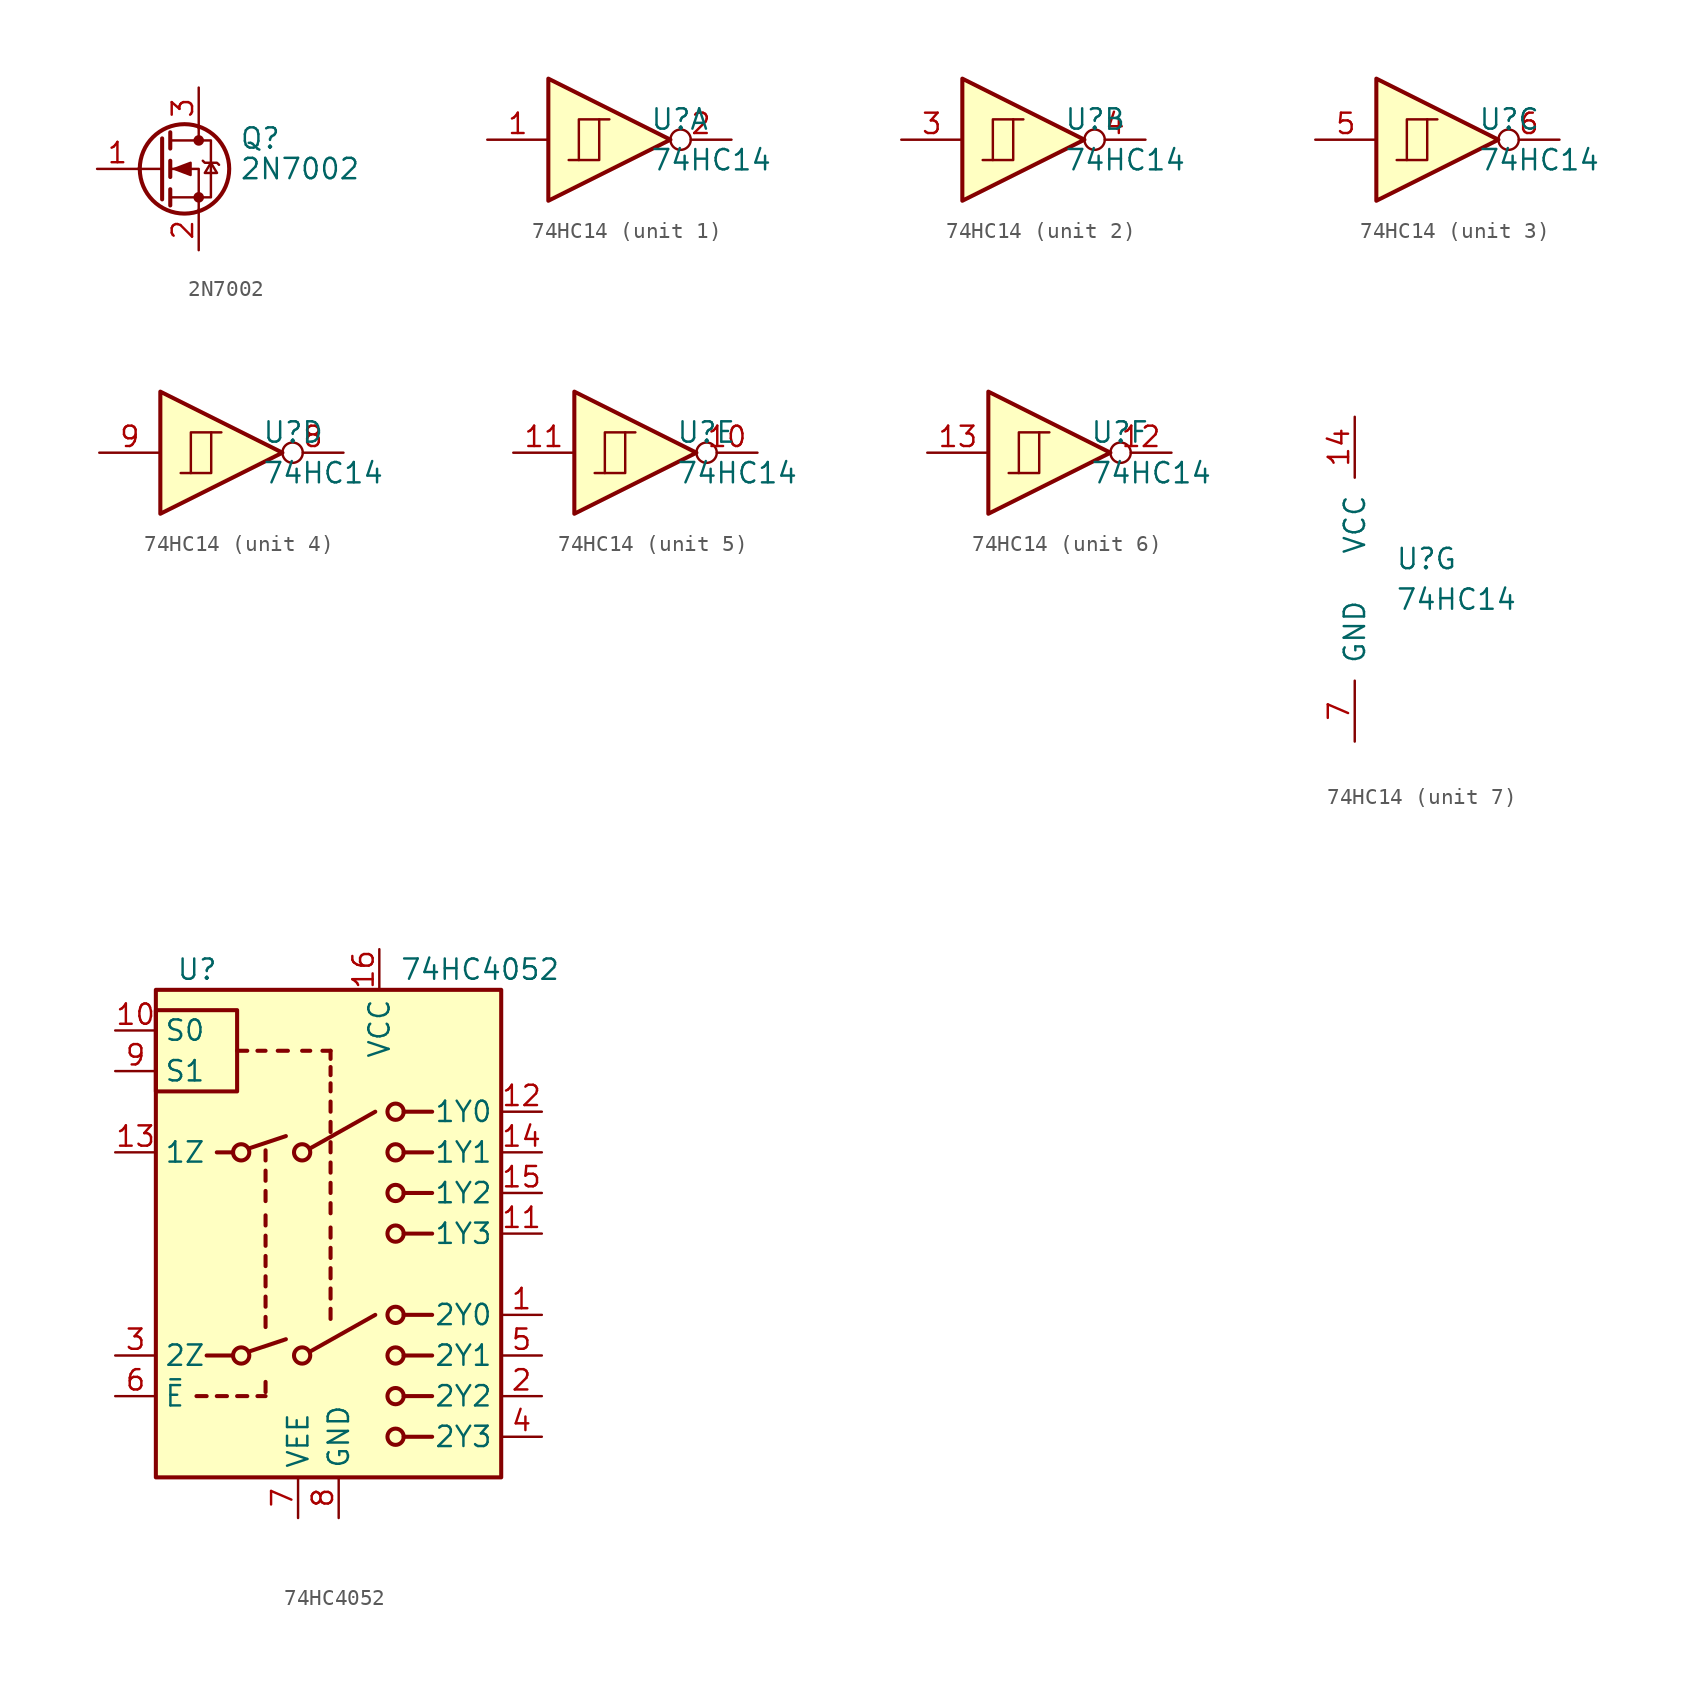
<source format=kicad_sym>
(kicad_symbol_lib
  (version 20220914)
  (generator kicad_symbol_editor)
  (symbol "2N7002"
    (pin_names hide)
    (property "Reference" "Q"
      (at 5.08 1.905 0)
      (effects (font (size 1.27 1.27)) (justify left)))
    (property "Value" "2N7002"
      (at 5.08 0 0)
      (effects (font (size 1.27 1.27)) (justify left)))
    (symbol "2N7002_0_1"
      (polyline (pts (xy 0.254 0) (xy -1.27 0)) (stroke (width 0) (type default)) (fill (type none)))
      (polyline (pts (xy 0.254 1.905) (xy 0.254 -1.905)) (stroke (width 0.254) (type default)) (fill (type none)))
      (polyline (pts (xy 0.762 -1.27) (xy 0.762 -2.286)) (stroke (width 0.254) (type default)) (fill (type none)))
      (polyline (pts (xy 0.762 0.508) (xy 0.762 -0.508)) (stroke (width 0.254) (type default)) (fill (type none)))
      (polyline (pts (xy 0.762 2.286) (xy 0.762 1.27)) (stroke (width 0.254) (type default)) (fill (type none)))
      (polyline (pts (xy 2.54 2.54) (xy 2.54 1.778)) (stroke (width 0) (type default)) (fill (type none)))
      (polyline (pts (xy 2.54 -2.54) (xy 2.54 0) (xy 0.762 0)) (stroke (width 0) (type default)) (fill (type none)))
      (polyline (pts (xy 0.762 -1.778) (xy 3.302 -1.778) (xy 3.302 1.778) (xy 0.762 1.778)) (stroke (width 0) (type default)) (fill (type none)))
      (polyline (pts (xy 1.016 0) (xy 2.032 0.381) (xy 2.032 -0.381) (xy 1.016 0)) (stroke (width 0) (type default)) (fill (type outline)))
      (polyline (pts (xy 2.794 0.508) (xy 2.921 0.381) (xy 3.683 0.381) (xy 3.81 0.254)) (stroke (width 0) (type default)) (fill (type none)))
      (polyline (pts (xy 3.302 0.381) (xy 2.921 -0.254) (xy 3.683 -0.254) (xy 3.302 0.381)) (stroke (width 0) (type default)) (fill (type none)))
      (circle (center 1.651 0) (radius 2.794) (stroke (width 0.254) (type default)) (fill (type none)))
      (circle (center 2.54 -1.778) (radius 0.254) (stroke (width 0) (type default)) (fill (type outline)))
      (circle (center 2.54 1.778) (radius 0.254) (stroke (width 0) (type default)) (fill (type outline))))
    (symbol "2N7002_1_1"
      (pin input line (at -3.81 0 0) (length 2.54) (name "G" (effects (font (size 1.27 1.27)))) (number "1" (effects (font (size 1.27 1.27)))))
      (pin passive line (at 2.54 -5.08 90) (length 2.54) (name "S" (effects (font (size 1.27 1.27)))) (number "2" (effects (font (size 1.27 1.27)))))
      (pin passive line (at 2.54 5.08 270) (length 2.54) (name "D" (effects (font (size 1.27 1.27)))) (number "3" (effects (font (size 1.27 1.27)))))))
  (symbol "74HC14"
    (pin_names
      (offset 1.016))
    (property "Reference" "U"
      (at 2.54 1.27 0)
      (effects (font (size 1.27 1.27)) (justify left)))
    (property "Value" "74HC14"
      (at 2.54 -1.27 0)
      (effects (font (size 1.27 1.27)) (justify left)))
    (property "ki_locked" ""
      (at 0 0 0)
      (effects (font (size 1.27 1.27))))
    (symbol "74HC14_1_0"
      (polyline (pts (xy -3.81 3.81) (xy -3.81 -3.81) (xy 3.81 0) (xy -3.81 3.81)) (stroke (width 0.254) (type default)) (fill (type background)))
      (pin input line (at -7.62 0 0) (length 3.81) (name "~" (effects (font (size 1.27 1.27)))) (number "1" (effects (font (size 1.27 1.27)))))
      (pin output inverted (at 7.62 0 180) (length 3.81) (name "~" (effects (font (size 1.27 1.27)))) (number "2" (effects (font (size 1.27 1.27))))))
    (symbol "74HC14_1_1"
      (polyline (pts (xy -1.905 -1.27) (xy -1.905 1.27) (xy -0.635 1.27)) (stroke (width 0) (type default)) (fill (type none)))
      (polyline (pts (xy -2.54 -1.27) (xy -0.635 -1.27) (xy -0.635 1.27) (xy 0 1.27)) (stroke (width 0) (type default)) (fill (type none))))
    (symbol "74HC14_2_0"
      (polyline (pts (xy -3.81 3.81) (xy -3.81 -3.81) (xy 3.81 0) (xy -3.81 3.81)) (stroke (width 0.254) (type default)) (fill (type background)))
      (pin input line (at -7.62 0 0) (length 3.81) (name "~" (effects (font (size 1.27 1.27)))) (number "3" (effects (font (size 1.27 1.27)))))
      (pin output inverted (at 7.62 0 180) (length 3.81) (name "~" (effects (font (size 1.27 1.27)))) (number "4" (effects (font (size 1.27 1.27))))))
    (symbol "74HC14_2_1"
      (polyline (pts (xy -1.905 -1.27) (xy -1.905 1.27) (xy -0.635 1.27)) (stroke (width 0) (type default)) (fill (type none)))
      (polyline (pts (xy -2.54 -1.27) (xy -0.635 -1.27) (xy -0.635 1.27) (xy 0 1.27)) (stroke (width 0) (type default)) (fill (type none))))
    (symbol "74HC14_3_0"
      (polyline (pts (xy -3.81 3.81) (xy -3.81 -3.81) (xy 3.81 0) (xy -3.81 3.81)) (stroke (width 0.254) (type default)) (fill (type background)))
      (pin input line (at -7.62 0 0) (length 3.81) (name "~" (effects (font (size 1.27 1.27)))) (number "5" (effects (font (size 1.27 1.27)))))
      (pin output inverted (at 7.62 0 180) (length 3.81) (name "~" (effects (font (size 1.27 1.27)))) (number "6" (effects (font (size 1.27 1.27))))))
    (symbol "74HC14_3_1"
      (polyline (pts (xy -1.905 -1.27) (xy -1.905 1.27) (xy -0.635 1.27)) (stroke (width 0) (type default)) (fill (type none)))
      (polyline (pts (xy -2.54 -1.27) (xy -0.635 -1.27) (xy -0.635 1.27) (xy 0 1.27)) (stroke (width 0) (type default)) (fill (type none))))
    (symbol "74HC14_4_0"
      (polyline (pts (xy -3.81 3.81) (xy -3.81 -3.81) (xy 3.81 0) (xy -3.81 3.81)) (stroke (width 0.254) (type default)) (fill (type background)))
      (pin output inverted (at 7.62 0 180) (length 3.81) (name "~" (effects (font (size 1.27 1.27)))) (number "8" (effects (font (size 1.27 1.27)))))
      (pin input line (at -7.62 0 0) (length 3.81) (name "~" (effects (font (size 1.27 1.27)))) (number "9" (effects (font (size 1.27 1.27))))))
    (symbol "74HC14_4_1"
      (polyline (pts (xy -1.905 -1.27) (xy -1.905 1.27) (xy -0.635 1.27)) (stroke (width 0) (type default)) (fill (type none)))
      (polyline (pts (xy -2.54 -1.27) (xy -0.635 -1.27) (xy -0.635 1.27) (xy 0 1.27)) (stroke (width 0) (type default)) (fill (type none))))
    (symbol "74HC14_5_0"
      (polyline (pts (xy -3.81 3.81) (xy -3.81 -3.81) (xy 3.81 0) (xy -3.81 3.81)) (stroke (width 0.254) (type default)) (fill (type background)))
      (pin output inverted (at 7.62 0 180) (length 3.81) (name "~" (effects (font (size 1.27 1.27)))) (number "10" (effects (font (size 1.27 1.27)))))
      (pin input line (at -7.62 0 0) (length 3.81) (name "~" (effects (font (size 1.27 1.27)))) (number "11" (effects (font (size 1.27 1.27))))))
    (symbol "74HC14_5_1"
      (polyline (pts (xy -1.905 -1.27) (xy -1.905 1.27) (xy -0.635 1.27)) (stroke (width 0) (type default)) (fill (type none)))
      (polyline (pts (xy -2.54 -1.27) (xy -0.635 -1.27) (xy -0.635 1.27) (xy 0 1.27)) (stroke (width 0) (type default)) (fill (type none))))
    (symbol "74HC14_6_0"
      (polyline (pts (xy -3.81 3.81) (xy -3.81 -3.81) (xy 3.81 0) (xy -3.81 3.81)) (stroke (width 0.254) (type default)) (fill (type background)))
      (pin output inverted (at 7.62 0 180) (length 3.81) (name "~" (effects (font (size 1.27 1.27)))) (number "12" (effects (font (size 1.27 1.27)))))
      (pin input line (at -7.62 0 0) (length 3.81) (name "~" (effects (font (size 1.27 1.27)))) (number "13" (effects (font (size 1.27 1.27))))))
    (symbol "74HC14_6_1"
      (polyline (pts (xy -1.905 -1.27) (xy -1.905 1.27) (xy -0.635 1.27)) (stroke (width 0) (type default)) (fill (type none)))
      (polyline (pts (xy -2.54 -1.27) (xy -0.635 -1.27) (xy -0.635 1.27) (xy 0 1.27)) (stroke (width 0) (type default)) (fill (type none))))
    (symbol "74HC14_7_1"
      (pin power_in line (at 0 10.16 270) (length 3.81) (name "VCC" (effects (font (size 1.27 1.27)))) (number "14" (effects (font (size 1.27 1.27)))))
      (pin power_in line (at 0 -10.16 90) (length 3.81) (name "GND" (effects (font (size 1.27 1.27)))) (number "7" (effects (font (size 1.27 1.27)))))))
  (symbol "74HC4052"
    (property "Reference" "U"
      (at -10.16 16.51 0)
      (effects (font (size 1.27 1.27)) (justify left)))
    (property "Value" "74HC4052"
      (at 3.81 16.51 0)
      (effects (font (size 1.27 1.27)) (justify left)))
    (symbol "74HC4052_0_1"
      (rectangle (start -11.43 13.97) (end -6.35 8.89) (stroke (width 0.254) (type default)) (fill (type none)))
      (rectangle (start -11.43 15.24) (end 10.16 -15.24) (stroke (width 0.254) (type default)) (fill (type background)))
      (circle (center -6.096 -7.62) (radius 0.508) (stroke (width 0.254) (type default)) (fill (type none)))
      (circle (center -6.096 5.08) (radius 0.508) (stroke (width 0.254) (type default)) (fill (type none)))
      (circle (center -2.286 -7.62) (radius 0.508) (stroke (width 0.254) (type default)) (fill (type none)))
      (circle (center -2.286 5.08) (radius 0.508) (stroke (width 0.254) (type default)) (fill (type none)))
      (polyline (pts (xy -8.255 -10.16) (xy -8.89 -10.16)) (stroke (width 0.254) (type default)) (fill (type none)))
      (polyline (pts (xy -8.255 -7.62) (xy -6.604 -7.62)) (stroke (width 0.254) (type default)) (fill (type none)))
      (polyline (pts (xy -7.62 5.08) (xy -6.604 5.08)) (stroke (width 0.254) (type default)) (fill (type none)))
      (polyline (pts (xy -6.985 -10.16) (xy -7.62 -10.16)) (stroke (width 0.254) (type default)) (fill (type none)))
      (polyline (pts (xy -6.35 11.43) (xy -5.715 11.43)) (stroke (width 0.254) (type default)) (fill (type none)))
      (polyline (pts (xy -5.715 -10.16) (xy -6.35 -10.16)) (stroke (width 0.254) (type default)) (fill (type none)))
      (polyline (pts (xy -5.588 -7.366) (xy -3.302 -6.604)) (stroke (width 0.254) (type default)) (fill (type none)))
      (polyline (pts (xy -5.588 5.334) (xy -3.302 6.096)) (stroke (width 0.254) (type default)) (fill (type none)))
      (polyline (pts (xy -4.572 -10.16) (xy -5.08 -10.16)) (stroke (width 0.254) (type default)) (fill (type none)))
      (polyline (pts (xy -4.572 -9.906) (xy -4.572 -9.271)) (stroke (width 0.254) (type default)) (fill (type none)))
      (polyline (pts (xy -4.572 -5.842) (xy -4.572 -5.207)) (stroke (width 0.254) (type default)) (fill (type none)))
      (polyline (pts (xy -4.572 -4.572) (xy -4.572 -3.937)) (stroke (width 0.254) (type default)) (fill (type none)))
      (polyline (pts (xy -4.572 -3.302) (xy -4.572 -2.667)) (stroke (width 0.254) (type default)) (fill (type none)))
      (polyline (pts (xy -4.572 -2.032) (xy -4.572 -1.397)) (stroke (width 0.254) (type default)) (fill (type none)))
      (polyline (pts (xy -4.572 -0.762) (xy -4.572 -0.127)) (stroke (width 0.254) (type default)) (fill (type none)))
      (polyline (pts (xy -4.572 0.508) (xy -4.572 1.143)) (stroke (width 0.254) (type default)) (fill (type none)))
      (polyline (pts (xy -4.572 2.032) (xy -4.572 2.667)) (stroke (width 0.254) (type default)) (fill (type none)))
      (polyline (pts (xy -4.572 3.302) (xy -4.572 3.937)) (stroke (width 0.254) (type default)) (fill (type none)))
      (polyline (pts (xy -4.572 4.572) (xy -4.572 5.207)) (stroke (width 0.254) (type default)) (fill (type none)))
      (polyline (pts (xy -4.572 11.43) (xy -5.08 11.43)) (stroke (width 0.254) (type default)) (fill (type none)))
      (polyline (pts (xy -3.81 11.43) (xy -3.175 11.43)) (stroke (width 0.254) (type default)) (fill (type none)))
      (polyline (pts (xy -1.778 -7.366) (xy 2.286 -5.08)) (stroke (width 0.254) (type default)) (fill (type none)))
      (polyline (pts (xy -1.778 5.334) (xy 2.286 7.62)) (stroke (width 0.254) (type default)) (fill (type none)))
      (polyline (pts (xy -1.778 11.43) (xy -2.286 11.43)) (stroke (width 0.254) (type default)) (fill (type none)))
      (polyline (pts (xy -0.508 -5.334) (xy -0.508 -4.699)) (stroke (width 0.254) (type default)) (fill (type none)))
      (polyline (pts (xy -0.508 -4.064) (xy -0.508 -3.429)) (stroke (width 0.254) (type default)) (fill (type none)))
      (polyline (pts (xy -0.508 -2.794) (xy -0.508 -2.159)) (stroke (width 0.254) (type default)) (fill (type none)))
      (polyline (pts (xy -0.508 -1.524) (xy -0.508 -0.889)) (stroke (width 0.254) (type default)) (fill (type none)))
      (polyline (pts (xy -0.508 -0.254) (xy -0.508 0.381)) (stroke (width 0.254) (type default)) (fill (type none)))
      (polyline (pts (xy -0.508 1.27) (xy -0.508 1.905)) (stroke (width 0.254) (type default)) (fill (type none)))
      (polyline (pts (xy -0.508 2.54) (xy -0.508 3.175)) (stroke (width 0.254) (type default)) (fill (type none)))
      (polyline (pts (xy -0.508 3.81) (xy -0.508 4.445)) (stroke (width 0.254) (type default)) (fill (type none)))
      (polyline (pts (xy -0.508 5.08) (xy -0.508 5.715)) (stroke (width 0.254) (type default)) (fill (type none)))
      (polyline (pts (xy -0.508 6.35) (xy -0.508 6.985)) (stroke (width 0.254) (type default)) (fill (type none)))
      (polyline (pts (xy -0.508 7.62) (xy -0.508 8.255)) (stroke (width 0.254) (type default)) (fill (type none)))
      (polyline (pts (xy -0.508 8.89) (xy -0.508 9.398)) (stroke (width 0.254) (type default)) (fill (type none)))
      (polyline (pts (xy -0.508 9.906) (xy -0.508 10.414)) (stroke (width 0.254) (type default)) (fill (type none)))
      (polyline (pts (xy -0.508 10.922) (xy -0.508 11.43)) (stroke (width 0.254) (type default)) (fill (type none)))
      (polyline (pts (xy -0.508 11.43) (xy -1.016 11.43)) (stroke (width 0.254) (type default)) (fill (type none)))
      (polyline (pts (xy 4.064 -12.7) (xy 5.842 -12.7)) (stroke (width 0.254) (type default)) (fill (type none)))
      (polyline (pts (xy 4.064 -10.16) (xy 5.842 -10.16)) (stroke (width 0.254) (type default)) (fill (type none)))
      (polyline (pts (xy 4.064 -7.62) (xy 5.842 -7.62)) (stroke (width 0.254) (type default)) (fill (type none)))
      (polyline (pts (xy 4.064 -5.08) (xy 5.842 -5.08)) (stroke (width 0.254) (type default)) (fill (type none)))
      (polyline (pts (xy 4.064 0) (xy 5.842 0)) (stroke (width 0.254) (type default)) (fill (type none)))
      (polyline (pts (xy 4.064 2.54) (xy 5.842 2.54)) (stroke (width 0.254) (type default)) (fill (type none)))
      (polyline (pts (xy 4.064 5.08) (xy 5.842 5.08)) (stroke (width 0.254) (type default)) (fill (type none)))
      (polyline (pts (xy 4.064 7.62) (xy 5.842 7.62)) (stroke (width 0.254) (type default)) (fill (type none)))
      (circle (center 3.556 -12.7) (radius 0.508) (stroke (width 0.254) (type default)) (fill (type none)))
      (circle (center 3.556 -10.16) (radius 0.508) (stroke (width 0.254) (type default)) (fill (type none)))
      (circle (center 3.556 -7.62) (radius 0.508) (stroke (width 0.254) (type default)) (fill (type none)))
      (circle (center 3.556 -5.08) (radius 0.508) (stroke (width 0.254) (type default)) (fill (type none)))
      (circle (center 3.556 0) (radius 0.508) (stroke (width 0.254) (type default)) (fill (type none)))
      (circle (center 3.556 2.54) (radius 0.508) (stroke (width 0.254) (type default)) (fill (type none)))
      (circle (center 3.556 5.08) (radius 0.508) (stroke (width 0.254) (type default)) (fill (type none)))
      (circle (center 3.556 7.62) (radius 0.508) (stroke (width 0.254) (type default)) (fill (type none))))
    (symbol "74HC4052_1_1"
      (pin bidirectional line (at 12.7 -5.08 180) (length 2.54) (name "2Y0" (effects (font (size 1.27 1.27)))) (number "1" (effects (font (size 1.27 1.27)))))
      (pin input line (at -13.97 12.7 0) (length 2.54) (name "S0" (effects (font (size 1.27 1.27)))) (number "10" (effects (font (size 1.27 1.27)))))
      (pin bidirectional line (at 12.7 0 180) (length 2.54) (name "1Y3" (effects (font (size 1.27 1.27)))) (number "11" (effects (font (size 1.27 1.27)))))
      (pin bidirectional line (at 12.7 7.62 180) (length 2.54) (name "1Y0" (effects (font (size 1.27 1.27)))) (number "12" (effects (font (size 1.27 1.27)))))
      (pin bidirectional line (at -13.97 5.08 0) (length 2.54) (name "1Z" (effects (font (size 1.27 1.27)))) (number "13" (effects (font (size 1.27 1.27)))))
      (pin bidirectional line (at 12.7 5.08 180) (length 2.54) (name "1Y1" (effects (font (size 1.27 1.27)))) (number "14" (effects (font (size 1.27 1.27)))))
      (pin bidirectional line (at 12.7 2.54 180) (length 2.54) (name "1Y2" (effects (font (size 1.27 1.27)))) (number "15" (effects (font (size 1.27 1.27)))))
      (pin power_in line (at 2.54 17.78 270) (length 2.54) (name "VCC" (effects (font (size 1.27 1.27)))) (number "16" (effects (font (size 1.27 1.27)))))
      (pin bidirectional line (at 12.7 -10.16 180) (length 2.54) (name "2Y2" (effects (font (size 1.27 1.27)))) (number "2" (effects (font (size 1.27 1.27)))))
      (pin bidirectional line (at -13.97 -7.62 0) (length 2.54) (name "2Z" (effects (font (size 1.27 1.27)))) (number "3" (effects (font (size 1.27 1.27)))))
      (pin bidirectional line (at 12.7 -12.7 180) (length 2.54) (name "2Y3" (effects (font (size 1.27 1.27)))) (number "4" (effects (font (size 1.27 1.27)))))
      (pin bidirectional line (at 12.7 -7.62 180) (length 2.54) (name "2Y1" (effects (font (size 1.27 1.27)))) (number "5" (effects (font (size 1.27 1.27)))))
      (pin input line (at -13.97 -10.16 0) (length 2.54) (name "Ē" (effects (font (size 1.27 1.27)))) (number "6" (effects (font (size 1.27 1.27)))))
      (pin power_in line (at -2.54 -17.78 90) (length 2.54) (name "VEE" (effects (font (size 1.27 1.27)))) (number "7" (effects (font (size 1.27 1.27)))))
      (pin power_in line (at 0 -17.78 90) (length 2.54) (name "GND" (effects (font (size 1.27 1.27)))) (number "8" (effects (font (size 1.27 1.27)))))
      (pin input line (at -13.97 10.16 0) (length 2.54) (name "S1" (effects (font (size 1.27 1.27)))) (number "9" (effects (font (size 1.27 1.27))))))))
</source>
